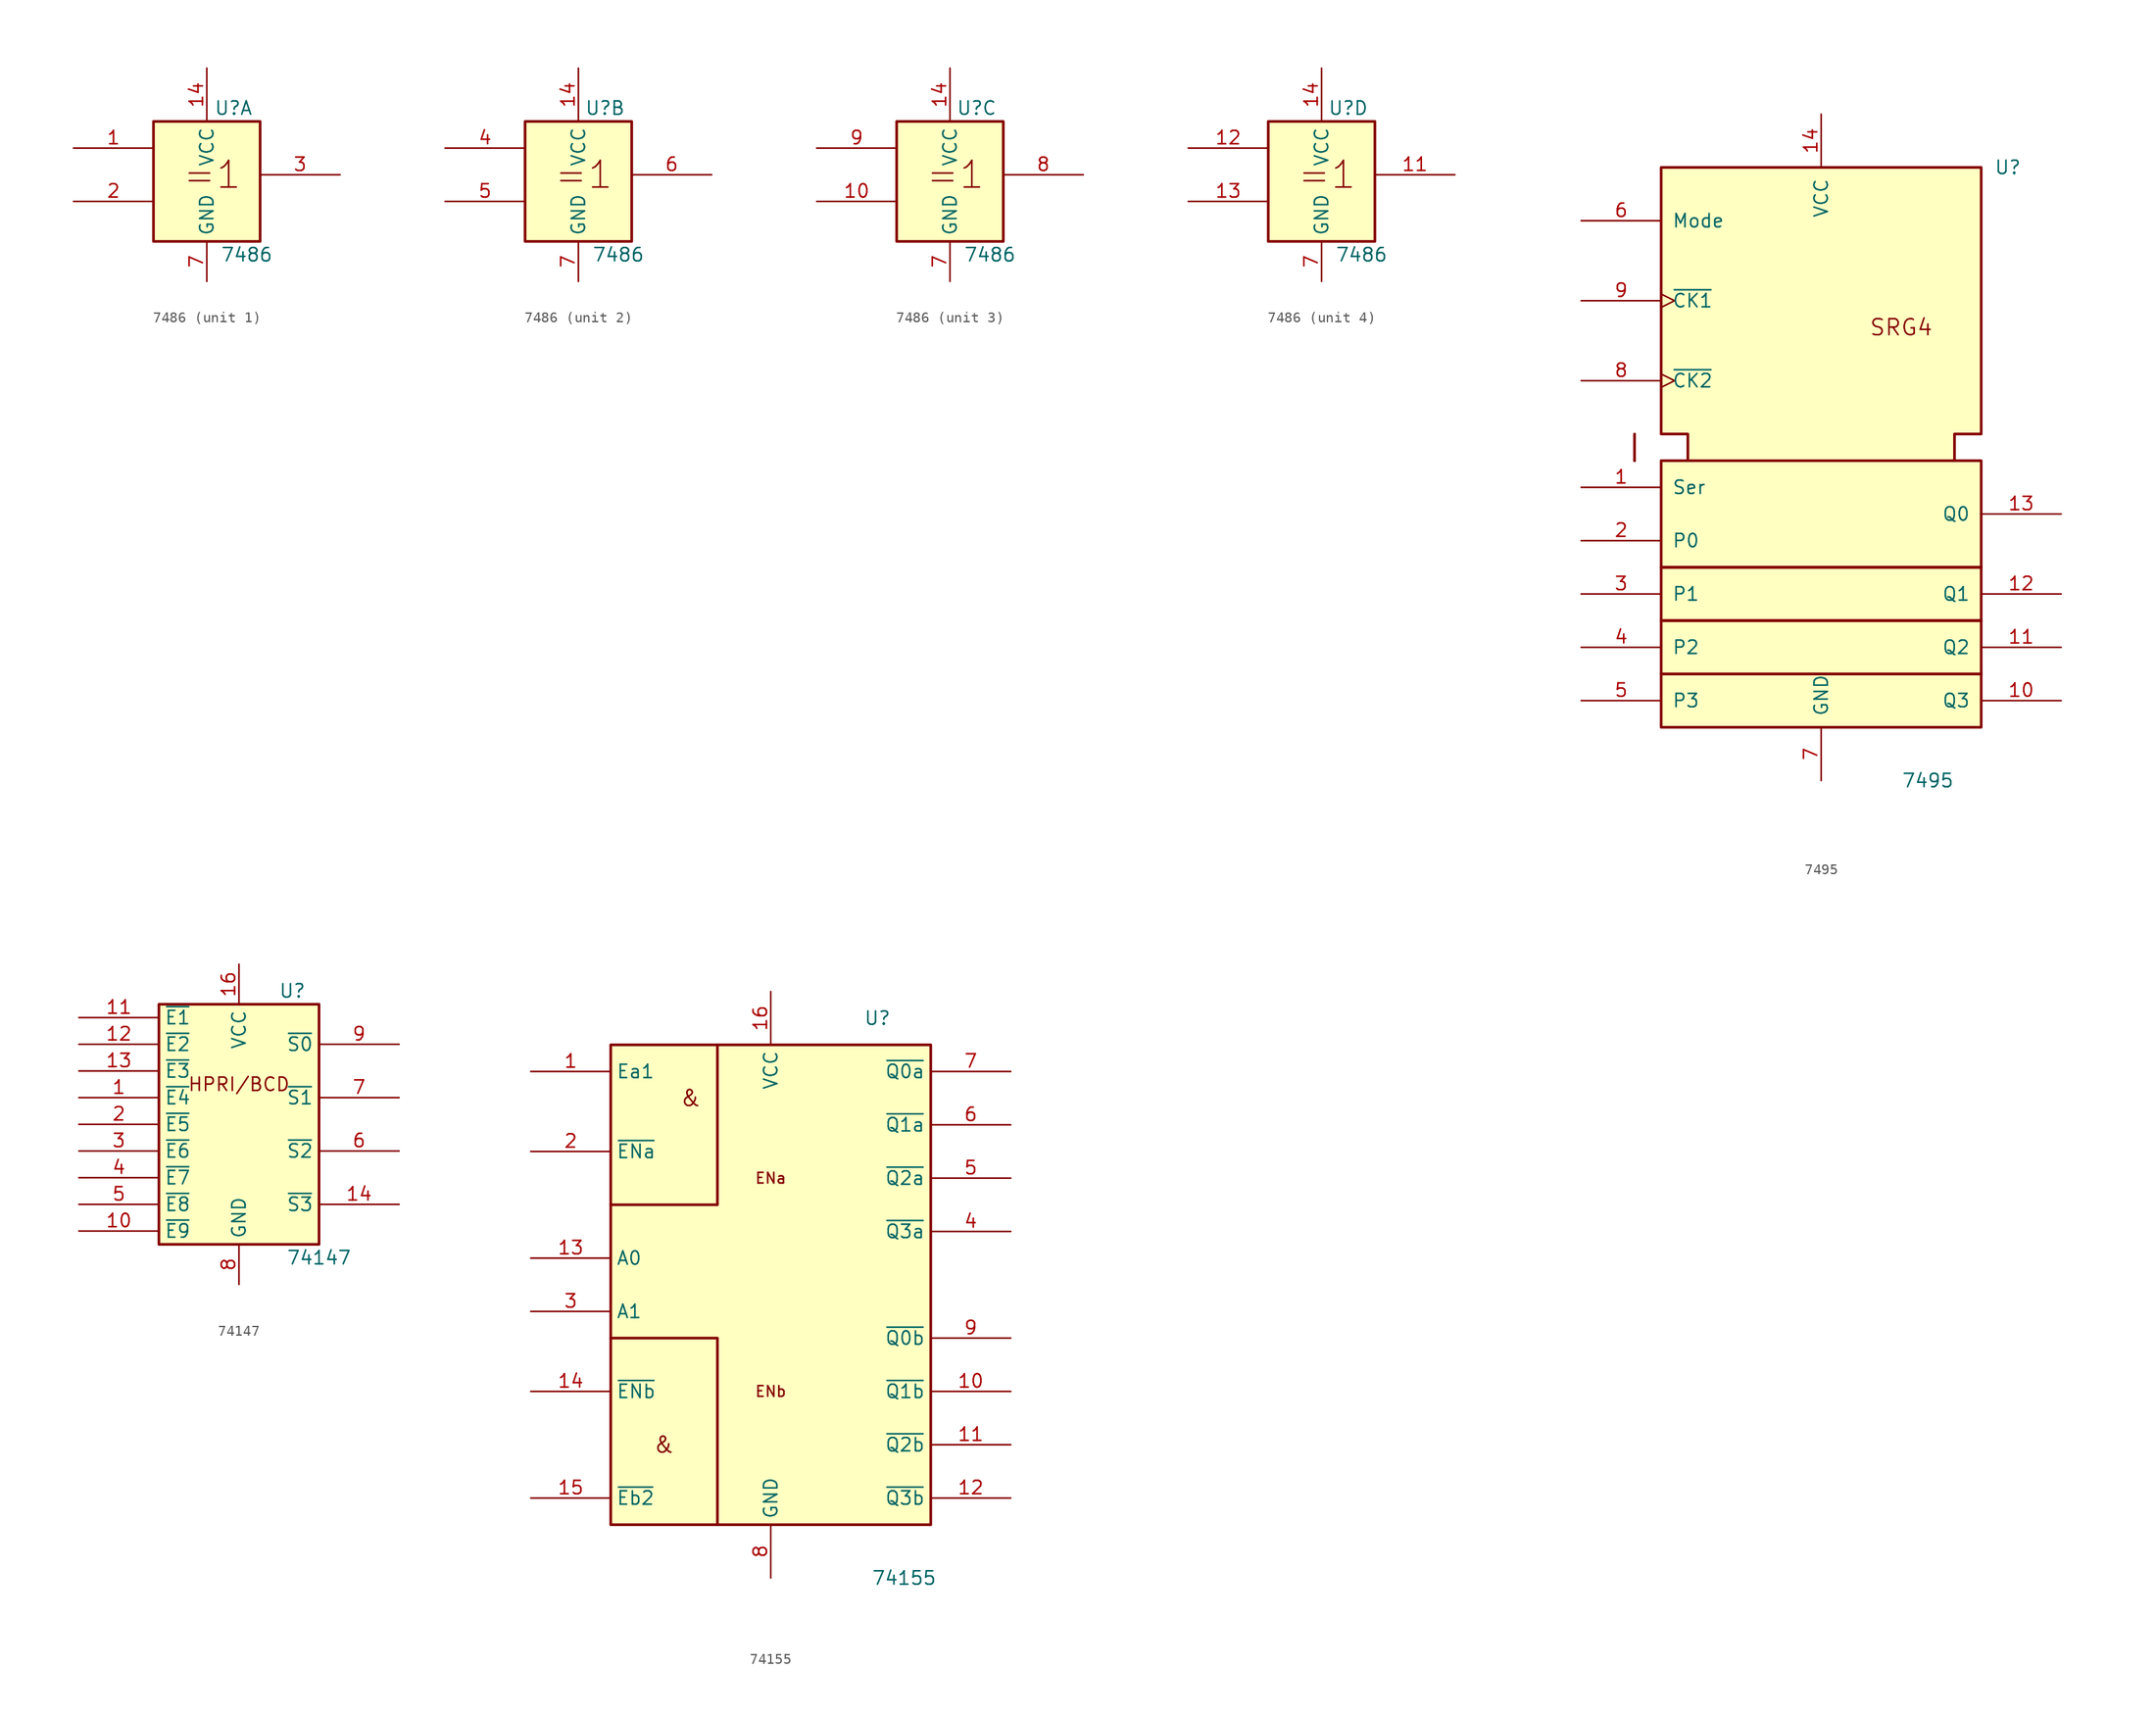
<source format=kicad_sym>
(kicad_symbol_lib
  (version 20241209)
  (generator "kicad_symbol_editor")
  (generator_version "9.0")
  (symbol "7486"
    (property "Reference" "U"
      (at 2.54 6.35 0)
      (effects (font (size 1.27 1.27))))
    (property "Value" "7486"
      (at 3.81 -7.62 0)
      (effects (font (size 1.27 1.27))))
    (symbol "7486_0_1"
      (rectangle (start -5.08 5.08) (end 5.08 -6.35) (stroke (width 0.254) (type default)) (fill (type background)))
      (text "=1" (at 0.508 0 0) (effects (font (size 2.54 2.54))))
      (pin power_in line (at 0 10.16 270) (length 5.08) (name "VCC" (effects (font (size 1.27 1.27)))) (number "14" (effects (font (size 1.27 1.27)))))
      (pin power_in line (at 0 -10.16 90) (length 3.81) (name "GND" (effects (font (size 1.27 1.27)))) (number "7" (effects (font (size 1.27 1.27))))))
    (symbol "7486_1_1"
      (pin input line (at -12.7 2.54 0) (length 7.62) (name "~" (effects (font (size 1.27 1.27)))) (number "1" (effects (font (size 1.27 1.27)))))
      (pin input line (at -12.7 -2.54 0) (length 7.62) (name "~" (effects (font (size 1.27 1.27)))) (number "2" (effects (font (size 1.27 1.27)))))
      (pin output line (at 12.7 0 180) (length 7.62) (name "~" (effects (font (size 1.27 1.27)))) (number "3" (effects (font (size 1.27 1.27))))))
    (symbol "7486_2_1"
      (pin input line (at -12.7 2.54 0) (length 7.62) (name "~" (effects (font (size 1.27 1.27)))) (number "4" (effects (font (size 1.27 1.27)))))
      (pin input line (at -12.7 -2.54 0) (length 7.62) (name "~" (effects (font (size 1.27 1.27)))) (number "5" (effects (font (size 1.27 1.27)))))
      (pin output line (at 12.7 0 180) (length 7.62) (name "~" (effects (font (size 1.27 1.27)))) (number "6" (effects (font (size 1.27 1.27))))))
    (symbol "7486_3_1"
      (pin input line (at -12.7 2.54 0) (length 7.62) (name "~" (effects (font (size 1.27 1.27)))) (number "9" (effects (font (size 1.27 1.27)))))
      (pin input line (at -12.7 -2.54 0) (length 7.62) (name "~" (effects (font (size 1.27 1.27)))) (number "10" (effects (font (size 1.27 1.27)))))
      (pin output line (at 12.7 0 180) (length 7.62) (name "~" (effects (font (size 1.27 1.27)))) (number "8" (effects (font (size 1.27 1.27))))))
    (symbol "7486_4_1"
      (pin input line (at -12.7 2.54 0) (length 7.62) (name "~" (effects (font (size 1.27 1.27)))) (number "12" (effects (font (size 1.27 1.27)))))
      (pin input line (at -12.7 -2.54 0) (length 7.62) (name "~" (effects (font (size 1.27 1.27)))) (number "13" (effects (font (size 1.27 1.27)))))
      (pin output line (at 12.7 0 180) (length 7.62) (name "~" (effects (font (size 1.27 1.27)))) (number "11" (effects (font (size 1.27 1.27)))))))
  (symbol "7495"
    (pin_names
      (offset 1.016))
    (property "Reference" "U"
      (at 17.78 27.94 0)
      (effects (font (size 1.27 1.27))))
    (property "Value" "7495"
      (at 10.16 -30.48 0)
      (effects (font (size 1.27 1.27))))
    (symbol "7495_0_0"
      (polyline (pts (xy -17.78 2.54) (xy -17.78 0) (xy -17.78 0)) (stroke (width 0.254) (type default)) (fill (type background)))
      (polyline (pts (xy -17.78 0) (xy -17.78 0)) (stroke (width 0.254) (type default)) (fill (type background)))
      (text "SRG4" (at 7.62 12.7 0) (effects (font (size 1.524 1.524))))
      (pin power_in line (at 0 33.02 270) (length 5.08) (name "VCC" (effects (font (size 1.27 1.27)))) (number "14" (effects (font (size 1.27 1.27)))))
      (pin power_in line (at 0 -30.48 90) (length 5.08) (name "GND" (effects (font (size 1.27 1.27)))) (number "7" (effects (font (size 1.27 1.27))))))
    (symbol "7495_0_1"
      (rectangle (start -15.24 0) (end 15.24 -10.16) (stroke (width 0.254) (type default)) (fill (type background)))
      (rectangle (start -15.24 -10.16) (end 15.24 -15.24) (stroke (width 0.254) (type default)) (fill (type background)))
      (rectangle (start -15.24 -15.24) (end 15.24 -20.32) (stroke (width 0.254) (type default)) (fill (type background)))
      (rectangle (start -15.24 -20.32) (end 15.24 -25.4) (stroke (width 0.254) (type default)) (fill (type background)))
      (polyline (pts (xy -12.7 0) (xy -12.7 2.54) (xy -15.24 2.54) (xy -15.24 27.94) (xy 15.24 27.94) (xy 15.24 2.54) (xy 12.7 2.54) (xy 12.7 0) (xy 12.7 0)) (stroke (width 0.254) (type default)) (fill (type background))))
    (symbol "7495_1_1"
      (pin input line (at -22.86 22.86 0) (length 7.62) (name "Mode" (effects (font (size 1.27 1.27)))) (number "6" (effects (font (size 1.27 1.27)))))
      (pin input clock (at -22.86 15.24 0) (length 7.62) (name "~{CK1}" (effects (font (size 1.27 1.27)))) (number "9" (effects (font (size 1.27 1.27)))))
      (pin input clock (at -22.86 7.62 0) (length 7.62) (name "~{CK2}" (effects (font (size 1.27 1.27)))) (number "8" (effects (font (size 1.27 1.27)))))
      (pin input line (at -22.86 -2.54 0) (length 7.62) (name "Ser" (effects (font (size 1.27 1.27)))) (number "1" (effects (font (size 1.27 1.27)))))
      (pin input line (at -22.86 -7.62 0) (length 7.62) (name "P0" (effects (font (size 1.27 1.27)))) (number "2" (effects (font (size 1.27 1.27)))))
      (pin input line (at -22.86 -12.7 0) (length 7.62) (name "P1" (effects (font (size 1.27 1.27)))) (number "3" (effects (font (size 1.27 1.27)))))
      (pin input line (at -22.86 -17.78 0) (length 7.62) (name "P2" (effects (font (size 1.27 1.27)))) (number "4" (effects (font (size 1.27 1.27)))))
      (pin input line (at -22.86 -22.86 0) (length 7.62) (name "P3" (effects (font (size 1.27 1.27)))) (number "5" (effects (font (size 1.27 1.27)))))
      (pin output line (at 22.86 -5.08 180) (length 7.62) (name "Q0" (effects (font (size 1.27 1.27)))) (number "13" (effects (font (size 1.27 1.27)))))
      (pin output line (at 22.86 -12.7 180) (length 7.62) (name "Q1" (effects (font (size 1.27 1.27)))) (number "12" (effects (font (size 1.27 1.27)))))
      (pin output line (at 22.86 -17.78 180) (length 7.62) (name "Q2" (effects (font (size 1.27 1.27)))) (number "11" (effects (font (size 1.27 1.27)))))
      (pin output line (at 22.86 -22.86 180) (length 7.62) (name "Q3" (effects (font (size 1.27 1.27)))) (number "10" (effects (font (size 1.27 1.27)))))))
  (symbol "74147"
    (property "Reference" "U"
      (at 5.08 12.7 0)
      (effects (font (size 1.27 1.27))))
    (property "Value" "74147"
      (at 7.62 -12.7 0)
      (effects (font (size 1.27 1.27))))
    (symbol "74147_0_0"
      (text "HPRI/BCD" (at 0 3.81 0) (effects (font (size 1.27 1.27))))
      (pin power_in line (at 0 15.24 270) (length 3.81) (name "VCC" (effects (font (size 1.27 1.27)))) (number "16" (effects (font (size 1.27 1.27)))))
      (pin power_in line (at 0 -15.24 90) (length 3.81) (name "GND" (effects (font (size 1.27 1.27)))) (number "8" (effects (font (size 1.27 1.27))))))
    (symbol "74147_0_1"
      (rectangle (start -7.62 11.43) (end 7.62 -11.43) (stroke (width 0.254) (type default)) (fill (type background))))
    (symbol "74147_1_1"
      (pin input line (at -15.24 10.16 0) (length 7.62) (name "~{E1}" (effects (font (size 1.27 1.27)))) (number "11" (effects (font (size 1.27 1.27)))))
      (pin input line (at -15.24 7.62 0) (length 7.62) (name "~{E2}" (effects (font (size 1.27 1.27)))) (number "12" (effects (font (size 1.27 1.27)))))
      (pin input line (at -15.24 5.08 0) (length 7.62) (name "~{E3}" (effects (font (size 1.27 1.27)))) (number "13" (effects (font (size 1.27 1.27)))))
      (pin input line (at -15.24 2.54 0) (length 7.62) (name "~{E4}" (effects (font (size 1.27 1.27)))) (number "1" (effects (font (size 1.27 1.27)))))
      (pin input line (at -15.24 0 0) (length 7.62) (name "~{E5}" (effects (font (size 1.27 1.27)))) (number "2" (effects (font (size 1.27 1.27)))))
      (pin input line (at -15.24 -2.54 0) (length 7.62) (name "~{E6}" (effects (font (size 1.27 1.27)))) (number "3" (effects (font (size 1.27 1.27)))))
      (pin input line (at -15.24 -5.08 0) (length 7.62) (name "~{E7}" (effects (font (size 1.27 1.27)))) (number "4" (effects (font (size 1.27 1.27)))))
      (pin input line (at -15.24 -7.62 0) (length 7.62) (name "~{E8}" (effects (font (size 1.27 1.27)))) (number "5" (effects (font (size 1.27 1.27)))))
      (pin input line (at -15.24 -10.16 0) (length 7.62) (name "~{E9}" (effects (font (size 1.27 1.27)))) (number "10" (effects (font (size 1.27 1.27)))))
      (pin output line (at 15.24 7.62 180) (length 7.62) (name "~{S0}" (effects (font (size 1.27 1.27)))) (number "9" (effects (font (size 1.27 1.27)))))
      (pin output line (at 15.24 2.54 180) (length 7.62) (name "~{S1}" (effects (font (size 1.27 1.27)))) (number "7" (effects (font (size 1.27 1.27)))))
      (pin output line (at 15.24 -2.54 180) (length 7.62) (name "~{S2}" (effects (font (size 1.27 1.27)))) (number "6" (effects (font (size 1.27 1.27)))))
      (pin output line (at 15.24 -7.62 180) (length 7.62) (name "~{S3}" (effects (font (size 1.27 1.27)))) (number "14" (effects (font (size 1.27 1.27)))))))
  (symbol "74155"
    (property "Reference" "U"
      (at 10.16 25.4 0)
      (effects (font (size 1.27 1.27))))
    (property "Value" "74155"
      (at 12.7 -27.94 0)
      (effects (font (size 1.27 1.27))))
    (symbol "74155_0_0"
      (rectangle (start -15.24 22.86) (end 15.24 -22.86) (stroke (width 0.254) (type default)) (fill (type background)))
      (polyline (pts (xy -15.24 7.62) (xy -5.08 7.62) (xy -5.08 22.86) (xy -5.08 22.86)) (stroke (width 0.254) (type default)) (fill (type background)))
      (polyline (pts (xy -15.24 -5.08) (xy -5.08 -5.08) (xy -5.08 -22.86) (xy -5.08 -22.86)) (stroke (width 0.254) (type default)) (fill (type background)))
      (text "&" (at -10.16 -15.24 0) (effects (font (size 1.524 1.524))))
      (text "&" (at -7.62 17.78 0) (effects (font (size 1.524 1.524))))
      (text "ENa" (at 0 10.16 0) (effects (font (size 1.016 1.016))))
      (text "ENb" (at 0 -10.16 0) (effects (font (size 1.016 1.016))))
      (pin power_in line (at 0 27.94 270) (length 5.08) (name "VCC" (effects (font (size 1.27 1.27)))) (number "16" (effects (font (size 1.27 1.27)))))
      (pin power_in line (at 0 -27.94 90) (length 5.08) (name "GND" (effects (font (size 1.27 1.27)))) (number "8" (effects (font (size 1.27 1.27))))))
    (symbol "74155_1_1"
      (pin input line (at -22.86 20.32 0) (length 7.62) (name "Ea1" (effects (font (size 1.27 1.27)))) (number "1" (effects (font (size 1.27 1.27)))))
      (pin input line (at -22.86 12.7 0) (length 7.62) (name "~{ENa}" (effects (font (size 1.27 1.27)))) (number "2" (effects (font (size 1.27 1.27)))))
      (pin input line (at -22.86 2.54 0) (length 7.62) (name "A0" (effects (font (size 1.27 1.27)))) (number "13" (effects (font (size 1.27 1.27)))))
      (pin input line (at -22.86 -2.54 0) (length 7.62) (name "A1" (effects (font (size 1.27 1.27)))) (number "3" (effects (font (size 1.27 1.27)))))
      (pin input line (at -22.86 -10.16 0) (length 7.62) (name "~{ENb}" (effects (font (size 1.27 1.27)))) (number "14" (effects (font (size 1.27 1.27)))))
      (pin input line (at -22.86 -20.32 0) (length 7.62) (name "~{Eb2}" (effects (font (size 1.27 1.27)))) (number "15" (effects (font (size 1.27 1.27)))))
      (pin output line (at 22.86 20.32 180) (length 7.62) (name "~{Q0a}" (effects (font (size 1.27 1.27)))) (number "7" (effects (font (size 1.27 1.27)))))
      (pin output line (at 22.86 15.24 180) (length 7.62) (name "~{Q1a}" (effects (font (size 1.27 1.27)))) (number "6" (effects (font (size 1.27 1.27)))))
      (pin output line (at 22.86 10.16 180) (length 7.62) (name "~{Q2a}" (effects (font (size 1.27 1.27)))) (number "5" (effects (font (size 1.27 1.27)))))
      (pin output line (at 22.86 5.08 180) (length 7.62) (name "~{Q3a}" (effects (font (size 1.27 1.27)))) (number "4" (effects (font (size 1.27 1.27)))))
      (pin output line (at 22.86 -5.08 180) (length 7.62) (name "~{Q0b}" (effects (font (size 1.27 1.27)))) (number "9" (effects (font (size 1.27 1.27)))))
      (pin output line (at 22.86 -10.16 180) (length 7.62) (name "~{Q1b}" (effects (font (size 1.27 1.27)))) (number "10" (effects (font (size 1.27 1.27)))))
      (pin output line (at 22.86 -15.24 180) (length 7.62) (name "~{Q2b}" (effects (font (size 1.27 1.27)))) (number "11" (effects (font (size 1.27 1.27)))))
      (pin output line (at 22.86 -20.32 180) (length 7.62) (name "~{Q3b}" (effects (font (size 1.27 1.27)))) (number "12" (effects (font (size 1.27 1.27))))))))
</source>
